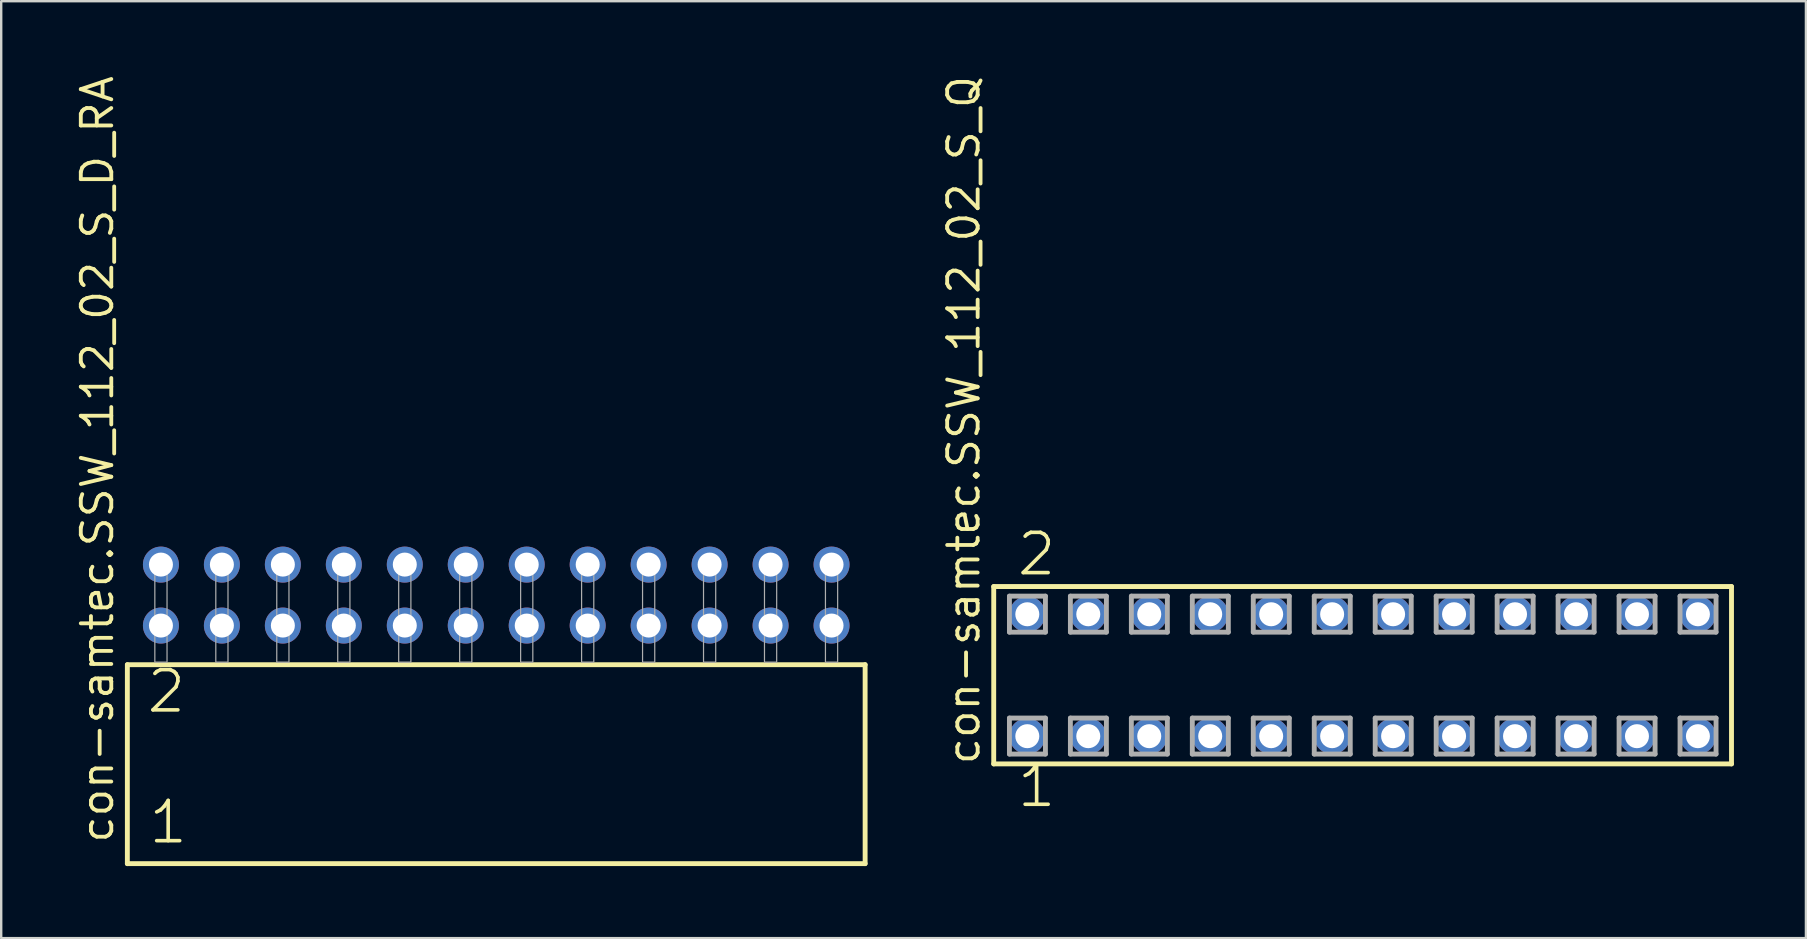
<source format=kicad_pcb>
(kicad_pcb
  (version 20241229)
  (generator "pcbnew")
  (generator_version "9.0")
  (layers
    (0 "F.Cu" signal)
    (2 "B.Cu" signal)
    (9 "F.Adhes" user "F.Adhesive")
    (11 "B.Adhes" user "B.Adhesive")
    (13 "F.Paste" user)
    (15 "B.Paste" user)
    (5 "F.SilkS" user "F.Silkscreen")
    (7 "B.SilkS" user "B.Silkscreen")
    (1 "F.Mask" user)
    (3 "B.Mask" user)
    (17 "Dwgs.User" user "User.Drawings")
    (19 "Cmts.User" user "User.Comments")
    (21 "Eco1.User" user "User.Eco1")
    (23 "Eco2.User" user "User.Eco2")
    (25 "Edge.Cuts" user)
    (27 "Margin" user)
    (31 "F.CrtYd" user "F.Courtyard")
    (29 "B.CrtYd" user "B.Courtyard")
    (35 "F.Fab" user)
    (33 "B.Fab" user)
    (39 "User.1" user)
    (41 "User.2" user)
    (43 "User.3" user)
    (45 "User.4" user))
  (footprint "con-samtec.SSW_112_02_S_Q"
    (layer "F.Cu")
    (at 53.721 25.082)
    (property "Reference" "con-samtec.SSW_112_02_S_Q" (at -15.875 3.81 90) (layer "F.SilkS") (effects (font (size 1.27 1.27) (thickness 0.16)) (justify left bottom)))
    (attr through_hole)
    (fp_line (start -15.369 -3.695) (end 15.369 -3.695) (stroke (width 0.203) (type default)) (layer "F.SilkS"))
    (fp_line (start -15.369 3.695) (end -15.369 -3.695) (stroke (width 0.203) (type default)) (layer "F.SilkS"))
    (fp_line (start 15.369 -3.695) (end 15.369 3.695) (stroke (width 0.203) (type default)) (layer "F.SilkS"))
    (fp_line (start 15.369 3.695) (end -15.369 3.695) (stroke (width 0.203) (type default)) (layer "F.SilkS"))
    (fp_line (start -14.715 -3.295) (end -13.215 -3.295) (stroke (width 0.203) (type default)) (layer "F.Fab"))
    (fp_line (start -14.715 -1.795) (end -14.715 -3.295) (stroke (width 0.203) (type default)) (layer "F.Fab"))
    (fp_line (start -14.715 1.785) (end -13.215 1.785) (stroke (width 0.203) (type default)) (layer "F.Fab"))
    (fp_line (start -14.715 3.285) (end -14.715 1.785) (stroke (width 0.203) (type default)) (layer "F.Fab"))
    (fp_line (start -13.215 -3.295) (end -13.215 -1.795) (stroke (width 0.203) (type default)) (layer "F.Fab"))
    (fp_line (start -13.215 -1.795) (end -14.715 -1.795) (stroke (width 0.203) (type default)) (layer "F.Fab"))
    (fp_line (start -13.215 1.785) (end -13.215 3.285) (stroke (width 0.203) (type default)) (layer "F.Fab"))
    (fp_line (start -13.215 3.285) (end -14.715 3.285) (stroke (width 0.203) (type default)) (layer "F.Fab"))
    (fp_line (start -12.175 -3.295) (end -10.675 -3.295) (stroke (width 0.203) (type default)) (layer "F.Fab"))
    (fp_line (start -12.175 -1.795) (end -12.175 -3.295) (stroke (width 0.203) (type default)) (layer "F.Fab"))
    (fp_line (start -12.175 1.785) (end -10.675 1.785) (stroke (width 0.203) (type default)) (layer "F.Fab"))
    (fp_line (start -12.175 3.285) (end -12.175 1.785) (stroke (width 0.203) (type default)) (layer "F.Fab"))
    (fp_line (start -10.675 -3.295) (end -10.675 -1.795) (stroke (width 0.203) (type default)) (layer "F.Fab"))
    (fp_line (start -10.675 -1.795) (end -12.175 -1.795) (stroke (width 0.203) (type default)) (layer "F.Fab"))
    (fp_line (start -10.675 1.785) (end -10.675 3.285) (stroke (width 0.203) (type default)) (layer "F.Fab"))
    (fp_line (start -10.675 3.285) (end -12.175 3.285) (stroke (width 0.203) (type default)) (layer "F.Fab"))
    (fp_line (start -9.635 -3.295) (end -8.135 -3.295) (stroke (width 0.203) (type default)) (layer "F.Fab"))
    (fp_line (start -9.635 -1.795) (end -9.635 -3.295) (stroke (width 0.203) (type default)) (layer "F.Fab"))
    (fp_line (start -9.635 1.785) (end -8.135 1.785) (stroke (width 0.203) (type default)) (layer "F.Fab"))
    (fp_line (start -9.635 3.285) (end -9.635 1.785) (stroke (width 0.203) (type default)) (layer "F.Fab"))
    (fp_line (start -8.135 -3.295) (end -8.135 -1.795) (stroke (width 0.203) (type default)) (layer "F.Fab"))
    (fp_line (start -8.135 -1.795) (end -9.635 -1.795) (stroke (width 0.203) (type default)) (layer "F.Fab"))
    (fp_line (start -8.135 1.785) (end -8.135 3.285) (stroke (width 0.203) (type default)) (layer "F.Fab"))
    (fp_line (start -8.135 3.285) (end -9.635 3.285) (stroke (width 0.203) (type default)) (layer "F.Fab"))
    (fp_line (start -7.095 -3.295) (end -5.595 -3.295) (stroke (width 0.203) (type default)) (layer "F.Fab"))
    (fp_line (start -7.095 -1.795) (end -7.095 -3.295) (stroke (width 0.203) (type default)) (layer "F.Fab"))
    (fp_line (start -7.095 1.785) (end -5.595 1.785) (stroke (width 0.203) (type default)) (layer "F.Fab"))
    (fp_line (start -7.095 3.285) (end -7.095 1.785) (stroke (width 0.203) (type default)) (layer "F.Fab"))
    (fp_line (start -5.595 -3.295) (end -5.595 -1.795) (stroke (width 0.203) (type default)) (layer "F.Fab"))
    (fp_line (start -5.595 -1.795) (end -7.095 -1.795) (stroke (width 0.203) (type default)) (layer "F.Fab"))
    (fp_line (start -5.595 1.785) (end -5.595 3.285) (stroke (width 0.203) (type default)) (layer "F.Fab"))
    (fp_line (start -5.595 3.285) (end -7.095 3.285) (stroke (width 0.203) (type default)) (layer "F.Fab"))
    (fp_line (start -4.555 -3.295) (end -3.055 -3.295) (stroke (width 0.203) (type default)) (layer "F.Fab"))
    (fp_line (start -4.555 -1.795) (end -4.555 -3.295) (stroke (width 0.203) (type default)) (layer "F.Fab"))
    (fp_line (start -4.555 1.785) (end -3.055 1.785) (stroke (width 0.203) (type default)) (layer "F.Fab"))
    (fp_line (start -4.555 3.285) (end -4.555 1.785) (stroke (width 0.203) (type default)) (layer "F.Fab"))
    (fp_line (start -3.055 -3.295) (end -3.055 -1.795) (stroke (width 0.203) (type default)) (layer "F.Fab"))
    (fp_line (start -3.055 -1.795) (end -4.555 -1.795) (stroke (width 0.203) (type default)) (layer "F.Fab"))
    (fp_line (start -3.055 1.785) (end -3.055 3.285) (stroke (width 0.203) (type default)) (layer "F.Fab"))
    (fp_line (start -3.055 3.285) (end -4.555 3.285) (stroke (width 0.203) (type default)) (layer "F.Fab"))
    (fp_line (start -2.015 -3.295) (end -0.515 -3.295) (stroke (width 0.203) (type default)) (layer "F.Fab"))
    (fp_line (start -2.015 -1.795) (end -2.015 -3.295) (stroke (width 0.203) (type default)) (layer "F.Fab"))
    (fp_line (start -2.015 1.785) (end -0.515 1.785) (stroke (width 0.203) (type default)) (layer "F.Fab"))
    (fp_line (start -2.015 3.285) (end -2.015 1.785) (stroke (width 0.203) (type default)) (layer "F.Fab"))
    (fp_line (start -0.515 -3.295) (end -0.515 -1.795) (stroke (width 0.203) (type default)) (layer "F.Fab"))
    (fp_line (start -0.515 -1.795) (end -2.015 -1.795) (stroke (width 0.203) (type default)) (layer "F.Fab"))
    (fp_line (start -0.515 1.785) (end -0.515 3.285) (stroke (width 0.203) (type default)) (layer "F.Fab"))
    (fp_line (start -0.515 3.285) (end -2.015 3.285) (stroke (width 0.203) (type default)) (layer "F.Fab"))
    (fp_line (start 0.525 -3.295) (end 2.025 -3.295) (stroke (width 0.203) (type default)) (layer "F.Fab"))
    (fp_line (start 0.525 -1.795) (end 0.525 -3.295) (stroke (width 0.203) (type default)) (layer "F.Fab"))
    (fp_line (start 0.525 1.785) (end 2.025 1.785) (stroke (width 0.203) (type default)) (layer "F.Fab"))
    (fp_line (start 0.525 3.285) (end 0.525 1.785) (stroke (width 0.203) (type default)) (layer "F.Fab"))
    (fp_line (start 2.025 -3.295) (end 2.025 -1.795) (stroke (width 0.203) (type default)) (layer "F.Fab"))
    (fp_line (start 2.025 -1.795) (end 0.525 -1.795) (stroke (width 0.203) (type default)) (layer "F.Fab"))
    (fp_line (start 2.025 1.785) (end 2.025 3.285) (stroke (width 0.203) (type default)) (layer "F.Fab"))
    (fp_line (start 2.025 3.285) (end 0.525 3.285) (stroke (width 0.203) (type default)) (layer "F.Fab"))
    (fp_line (start 3.065 -3.295) (end 4.565 -3.295) (stroke (width 0.203) (type default)) (layer "F.Fab"))
    (fp_line (start 3.065 -1.795) (end 3.065 -3.295) (stroke (width 0.203) (type default)) (layer "F.Fab"))
    (fp_line (start 3.065 1.785) (end 4.565 1.785) (stroke (width 0.203) (type default)) (layer "F.Fab"))
    (fp_line (start 3.065 3.285) (end 3.065 1.785) (stroke (width 0.203) (type default)) (layer "F.Fab"))
    (fp_line (start 4.565 -3.295) (end 4.565 -1.795) (stroke (width 0.203) (type default)) (layer "F.Fab"))
    (fp_line (start 4.565 -1.795) (end 3.065 -1.795) (stroke (width 0.203) (type default)) (layer "F.Fab"))
    (fp_line (start 4.565 1.785) (end 4.565 3.285) (stroke (width 0.203) (type default)) (layer "F.Fab"))
    (fp_line (start 4.565 3.285) (end 3.065 3.285) (stroke (width 0.203) (type default)) (layer "F.Fab"))
    (fp_line (start 5.605 -3.295) (end 7.105 -3.295) (stroke (width 0.203) (type default)) (layer "F.Fab"))
    (fp_line (start 5.605 -1.795) (end 5.605 -3.295) (stroke (width 0.203) (type default)) (layer "F.Fab"))
    (fp_line (start 5.605 1.785) (end 7.105 1.785) (stroke (width 0.203) (type default)) (layer "F.Fab"))
    (fp_line (start 5.605 3.285) (end 5.605 1.785) (stroke (width 0.203) (type default)) (layer "F.Fab"))
    (fp_line (start 7.105 -3.295) (end 7.105 -1.795) (stroke (width 0.203) (type default)) (layer "F.Fab"))
    (fp_line (start 7.105 -1.795) (end 5.605 -1.795) (stroke (width 0.203) (type default)) (layer "F.Fab"))
    (fp_line (start 7.105 1.785) (end 7.105 3.285) (stroke (width 0.203) (type default)) (layer "F.Fab"))
    (fp_line (start 7.105 3.285) (end 5.605 3.285) (stroke (width 0.203) (type default)) (layer "F.Fab"))
    (fp_line (start 8.145 -3.295) (end 9.645 -3.295) (stroke (width 0.203) (type default)) (layer "F.Fab"))
    (fp_line (start 8.145 -1.795) (end 8.145 -3.295) (stroke (width 0.203) (type default)) (layer "F.Fab"))
    (fp_line (start 8.145 1.785) (end 9.645 1.785) (stroke (width 0.203) (type default)) (layer "F.Fab"))
    (fp_line (start 8.145 3.285) (end 8.145 1.785) (stroke (width 0.203) (type default)) (layer "F.Fab"))
    (fp_line (start 9.645 -3.295) (end 9.645 -1.795) (stroke (width 0.203) (type default)) (layer "F.Fab"))
    (fp_line (start 9.645 -1.795) (end 8.145 -1.795) (stroke (width 0.203) (type default)) (layer "F.Fab"))
    (fp_line (start 9.645 1.785) (end 9.645 3.285) (stroke (width 0.203) (type default)) (layer "F.Fab"))
    (fp_line (start 9.645 3.285) (end 8.145 3.285) (stroke (width 0.203) (type default)) (layer "F.Fab"))
    (fp_line (start 10.685 -3.295) (end 12.185 -3.295) (stroke (width 0.203) (type default)) (layer "F.Fab"))
    (fp_line (start 10.685 -1.795) (end 10.685 -3.295) (stroke (width 0.203) (type default)) (layer "F.Fab"))
    (fp_line (start 10.685 1.785) (end 12.185 1.785) (stroke (width 0.203) (type default)) (layer "F.Fab"))
    (fp_line (start 10.685 3.285) (end 10.685 1.785) (stroke (width 0.203) (type default)) (layer "F.Fab"))
    (fp_line (start 12.185 -3.295) (end 12.185 -1.795) (stroke (width 0.203) (type default)) (layer "F.Fab"))
    (fp_line (start 12.185 -1.795) (end 10.685 -1.795) (stroke (width 0.203) (type default)) (layer "F.Fab"))
    (fp_line (start 12.185 1.785) (end 12.185 3.285) (stroke (width 0.203) (type default)) (layer "F.Fab"))
    (fp_line (start 12.185 3.285) (end 10.685 3.285) (stroke (width 0.203) (type default)) (layer "F.Fab"))
    (fp_line (start 13.225 -3.295) (end 14.725 -3.295) (stroke (width 0.203) (type default)) (layer "F.Fab"))
    (fp_line (start 13.225 -1.795) (end 13.225 -3.295) (stroke (width 0.203) (type default)) (layer "F.Fab"))
    (fp_line (start 13.225 1.785) (end 14.725 1.785) (stroke (width 0.203) (type default)) (layer "F.Fab"))
    (fp_line (start 13.225 3.285) (end 13.225 1.785) (stroke (width 0.203) (type default)) (layer "F.Fab"))
    (fp_line (start 14.725 -3.295) (end 14.725 -1.795) (stroke (width 0.203) (type default)) (layer "F.Fab"))
    (fp_line (start 14.725 -1.795) (end 13.225 -1.795) (stroke (width 0.203) (type default)) (layer "F.Fab"))
    (fp_line (start 14.725 1.785) (end 14.725 3.285) (stroke (width 0.203) (type default)) (layer "F.Fab"))
    (fp_line (start 14.725 3.285) (end 13.225 3.285) (stroke (width 0.203) (type default)) (layer "F.Fab"))
    (fp_text user "1" (at -14.478 5.588 0) (layer "F.SilkS") (effects (font (size 1.676 1.676) (thickness 0.15)) (justify left bottom)))
    (fp_text user "2" (at -14.478 -4.064 0) (layer "F.SilkS") (effects (font (size 1.676 1.676) (thickness 0.15)) (justify left bottom)))
    (pad "1" thru_hole circle (at -13.97 2.54) (size 1.5 1.5) (drill 1) (layers "*.Cu" "*.Mask"))
    (pad "2" thru_hole circle (at -13.97 -2.54) (size 1.5 1.5) (drill 1) (layers "*.Cu" "*.Mask"))
    (pad "3" thru_hole circle (at -11.43 2.54) (size 1.5 1.5) (drill 1) (layers "*.Cu" "*.Mask"))
    (pad "4" thru_hole circle (at -11.43 -2.54) (size 1.5 1.5) (drill 1) (layers "*.Cu" "*.Mask"))
    (pad "5" thru_hole circle (at -8.89 2.54) (size 1.5 1.5) (drill 1) (layers "*.Cu" "*.Mask"))
    (pad "6" thru_hole circle (at -8.89 -2.54) (size 1.5 1.5) (drill 1) (layers "*.Cu" "*.Mask"))
    (pad "7" thru_hole circle (at -6.35 2.54) (size 1.5 1.5) (drill 1) (layers "*.Cu" "*.Mask"))
    (pad "8" thru_hole circle (at -6.35 -2.54) (size 1.5 1.5) (drill 1) (layers "*.Cu" "*.Mask"))
    (pad "9" thru_hole circle (at -3.81 2.54) (size 1.5 1.5) (drill 1) (layers "*.Cu" "*.Mask"))
    (pad "10" thru_hole circle (at -3.81 -2.54) (size 1.5 1.5) (drill 1) (layers "*.Cu" "*.Mask"))
    (pad "11" thru_hole circle (at -1.27 2.54) (size 1.5 1.5) (drill 1) (layers "*.Cu" "*.Mask"))
    (pad "12" thru_hole circle (at -1.27 -2.54) (size 1.5 1.5) (drill 1) (layers "*.Cu" "*.Mask"))
    (pad "13" thru_hole circle (at 1.27 2.54) (size 1.5 1.5) (drill 1) (layers "*.Cu" "*.Mask"))
    (pad "14" thru_hole circle (at 1.27 -2.54) (size 1.5 1.5) (drill 1) (layers "*.Cu" "*.Mask"))
    (pad "15" thru_hole circle (at 3.81 2.54) (size 1.5 1.5) (drill 1) (layers "*.Cu" "*.Mask"))
    (pad "16" thru_hole circle (at 3.81 -2.54) (size 1.5 1.5) (drill 1) (layers "*.Cu" "*.Mask"))
    (pad "17" thru_hole circle (at 6.35 2.54) (size 1.5 1.5) (drill 1) (layers "*.Cu" "*.Mask"))
    (pad "18" thru_hole circle (at 6.35 -2.54) (size 1.5 1.5) (drill 1) (layers "*.Cu" "*.Mask"))
    (pad "19" thru_hole circle (at 8.89 2.54) (size 1.5 1.5) (drill 1) (layers "*.Cu" "*.Mask"))
    (pad "20" thru_hole circle (at 8.89 -2.54) (size 1.5 1.5) (drill 1) (layers "*.Cu" "*.Mask"))
    (pad "21" thru_hole circle (at 11.43 2.54) (size 1.5 1.5) (drill 1) (layers "*.Cu" "*.Mask"))
    (pad "22" thru_hole circle (at 11.43 -2.54) (size 1.5 1.5) (drill 1) (layers "*.Cu" "*.Mask"))
    (pad "23" thru_hole circle (at 13.97 2.54) (size 1.5 1.5) (drill 1) (layers "*.Cu" "*.Mask"))
    (pad "24" thru_hole circle (at 13.97 -2.54) (size 1.5 1.5) (drill 1) (layers "*.Cu" "*.Mask")))
  (footprint "con-samtec.SSW_112_02_S_D_RA"
    (layer "F.Cu")
    (at 17.625 24.537)
    (property "Reference" "con-samtec.SSW_112_02_S_D_RA" (at -15.875 7.62 90) (layer "F.SilkS") (effects (font (size 1.27 1.27) (thickness 0.16)) (justify left bottom)))
    (attr through_hole)
    (fp_line (start -15.369 0.106) (end -15.369 8.396) (stroke (width 0.203) (type default)) (layer "F.SilkS"))
    (fp_line (start -15.369 8.396) (end 15.369 8.396) (stroke (width 0.203) (type default)) (layer "F.SilkS"))
    (fp_line (start 15.369 0.106) (end -15.369 0.106) (stroke (width 0.203) (type default)) (layer "F.SilkS"))
    (fp_line (start 15.369 8.396) (end 15.369 0.106) (stroke (width 0.203) (type default)) (layer "F.SilkS"))
    (fp_rect (start -14.224 0) (end -13.716 -4.318) (stroke (width 0.05) (type default)) (fill no) (layer "F.Fab"))
    (fp_rect (start -11.684 0) (end -11.176 -4.318) (stroke (width 0.05) (type default)) (fill no) (layer "F.Fab"))
    (fp_rect (start -9.144 0) (end -8.636 -4.318) (stroke (width 0.05) (type default)) (fill no) (layer "F.Fab"))
    (fp_rect (start -6.604 0) (end -6.096 -4.318) (stroke (width 0.05) (type default)) (fill no) (layer "F.Fab"))
    (fp_rect (start -4.064 0) (end -3.556 -4.318) (stroke (width 0.05) (type default)) (fill no) (layer "F.Fab"))
    (fp_rect (start -1.524 0) (end -1.016 -4.318) (stroke (width 0.05) (type default)) (fill no) (layer "F.Fab"))
    (fp_rect (start 1.016 0) (end 1.524 -4.318) (stroke (width 0.05) (type default)) (fill no) (layer "F.Fab"))
    (fp_rect (start 3.556 0) (end 4.064 -4.318) (stroke (width 0.05) (type default)) (fill no) (layer "F.Fab"))
    (fp_rect (start 6.096 0) (end 6.604 -4.318) (stroke (width 0.05) (type default)) (fill no) (layer "F.Fab"))
    (fp_rect (start 8.636 0) (end 9.144 -4.318) (stroke (width 0.05) (type default)) (fill no) (layer "F.Fab"))
    (fp_rect (start 11.176 0) (end 11.684 -4.318) (stroke (width 0.05) (type default)) (fill no) (layer "F.Fab"))
    (fp_rect (start 13.716 0) (end 14.224 -4.318) (stroke (width 0.05) (type default)) (fill no) (layer "F.Fab"))
    (fp_text user "2" (at -14.64 2.2 0) (layer "F.SilkS") (effects (font (size 1.676 1.676) (thickness 0.15)) (justify left bottom)))
    (fp_text user "1" (at -14.565 7.65 0) (layer "F.SilkS") (effects (font (size 1.676 1.676) (thickness 0.15)) (justify left bottom)))
    (pad "1" thru_hole circle (at -13.97 -1.524) (size 1.5 1.5) (drill 1) (layers "*.Cu" "*.Mask"))
    (pad "2" thru_hole circle (at -13.97 -4.064) (size 1.5 1.5) (drill 1) (layers "*.Cu" "*.Mask"))
    (pad "3" thru_hole circle (at -11.43 -1.524) (size 1.5 1.5) (drill 1) (layers "*.Cu" "*.Mask"))
    (pad "4" thru_hole circle (at -11.43 -4.064) (size 1.5 1.5) (drill 1) (layers "*.Cu" "*.Mask"))
    (pad "5" thru_hole circle (at -8.89 -1.524) (size 1.5 1.5) (drill 1) (layers "*.Cu" "*.Mask"))
    (pad "6" thru_hole circle (at -8.89 -4.064) (size 1.5 1.5) (drill 1) (layers "*.Cu" "*.Mask"))
    (pad "7" thru_hole circle (at -6.35 -1.524) (size 1.5 1.5) (drill 1) (layers "*.Cu" "*.Mask"))
    (pad "8" thru_hole circle (at -6.35 -4.064) (size 1.5 1.5) (drill 1) (layers "*.Cu" "*.Mask"))
    (pad "9" thru_hole circle (at -3.81 -1.524) (size 1.5 1.5) (drill 1) (layers "*.Cu" "*.Mask"))
    (pad "10" thru_hole circle (at -3.81 -4.064) (size 1.5 1.5) (drill 1) (layers "*.Cu" "*.Mask"))
    (pad "11" thru_hole circle (at -1.27 -1.524) (size 1.5 1.5) (drill 1) (layers "*.Cu" "*.Mask"))
    (pad "12" thru_hole circle (at -1.27 -4.064) (size 1.5 1.5) (drill 1) (layers "*.Cu" "*.Mask"))
    (pad "13" thru_hole circle (at 1.27 -1.524) (size 1.5 1.5) (drill 1) (layers "*.Cu" "*.Mask"))
    (pad "14" thru_hole circle (at 1.27 -4.064) (size 1.5 1.5) (drill 1) (layers "*.Cu" "*.Mask"))
    (pad "15" thru_hole circle (at 3.81 -1.524) (size 1.5 1.5) (drill 1) (layers "*.Cu" "*.Mask"))
    (pad "16" thru_hole circle (at 3.81 -4.064) (size 1.5 1.5) (drill 1) (layers "*.Cu" "*.Mask"))
    (pad "17" thru_hole circle (at 6.35 -1.524) (size 1.5 1.5) (drill 1) (layers "*.Cu" "*.Mask"))
    (pad "18" thru_hole circle (at 6.35 -4.064) (size 1.5 1.5) (drill 1) (layers "*.Cu" "*.Mask"))
    (pad "19" thru_hole circle (at 8.89 -1.524) (size 1.5 1.5) (drill 1) (layers "*.Cu" "*.Mask"))
    (pad "20" thru_hole circle (at 8.89 -4.064) (size 1.5 1.5) (drill 1) (layers "*.Cu" "*.Mask"))
    (pad "21" thru_hole circle (at 11.43 -1.524) (size 1.5 1.5) (drill 1) (layers "*.Cu" "*.Mask"))
    (pad "22" thru_hole circle (at 11.43 -4.064) (size 1.5 1.5) (drill 1) (layers "*.Cu" "*.Mask"))
    (pad "23" thru_hole circle (at 13.97 -1.524) (size 1.5 1.5) (drill 1) (layers "*.Cu" "*.Mask"))
    (pad "24" thru_hole circle (at 13.97 -4.064) (size 1.5 1.5) (drill 1) (layers "*.Cu" "*.Mask")))
  (gr_rect
    (start -3 -3)
    (end 72.191 36.035)
    (stroke (width 0.1) (type default))
    (fill no)
    (layer "Edge.Cuts")))
</source>
